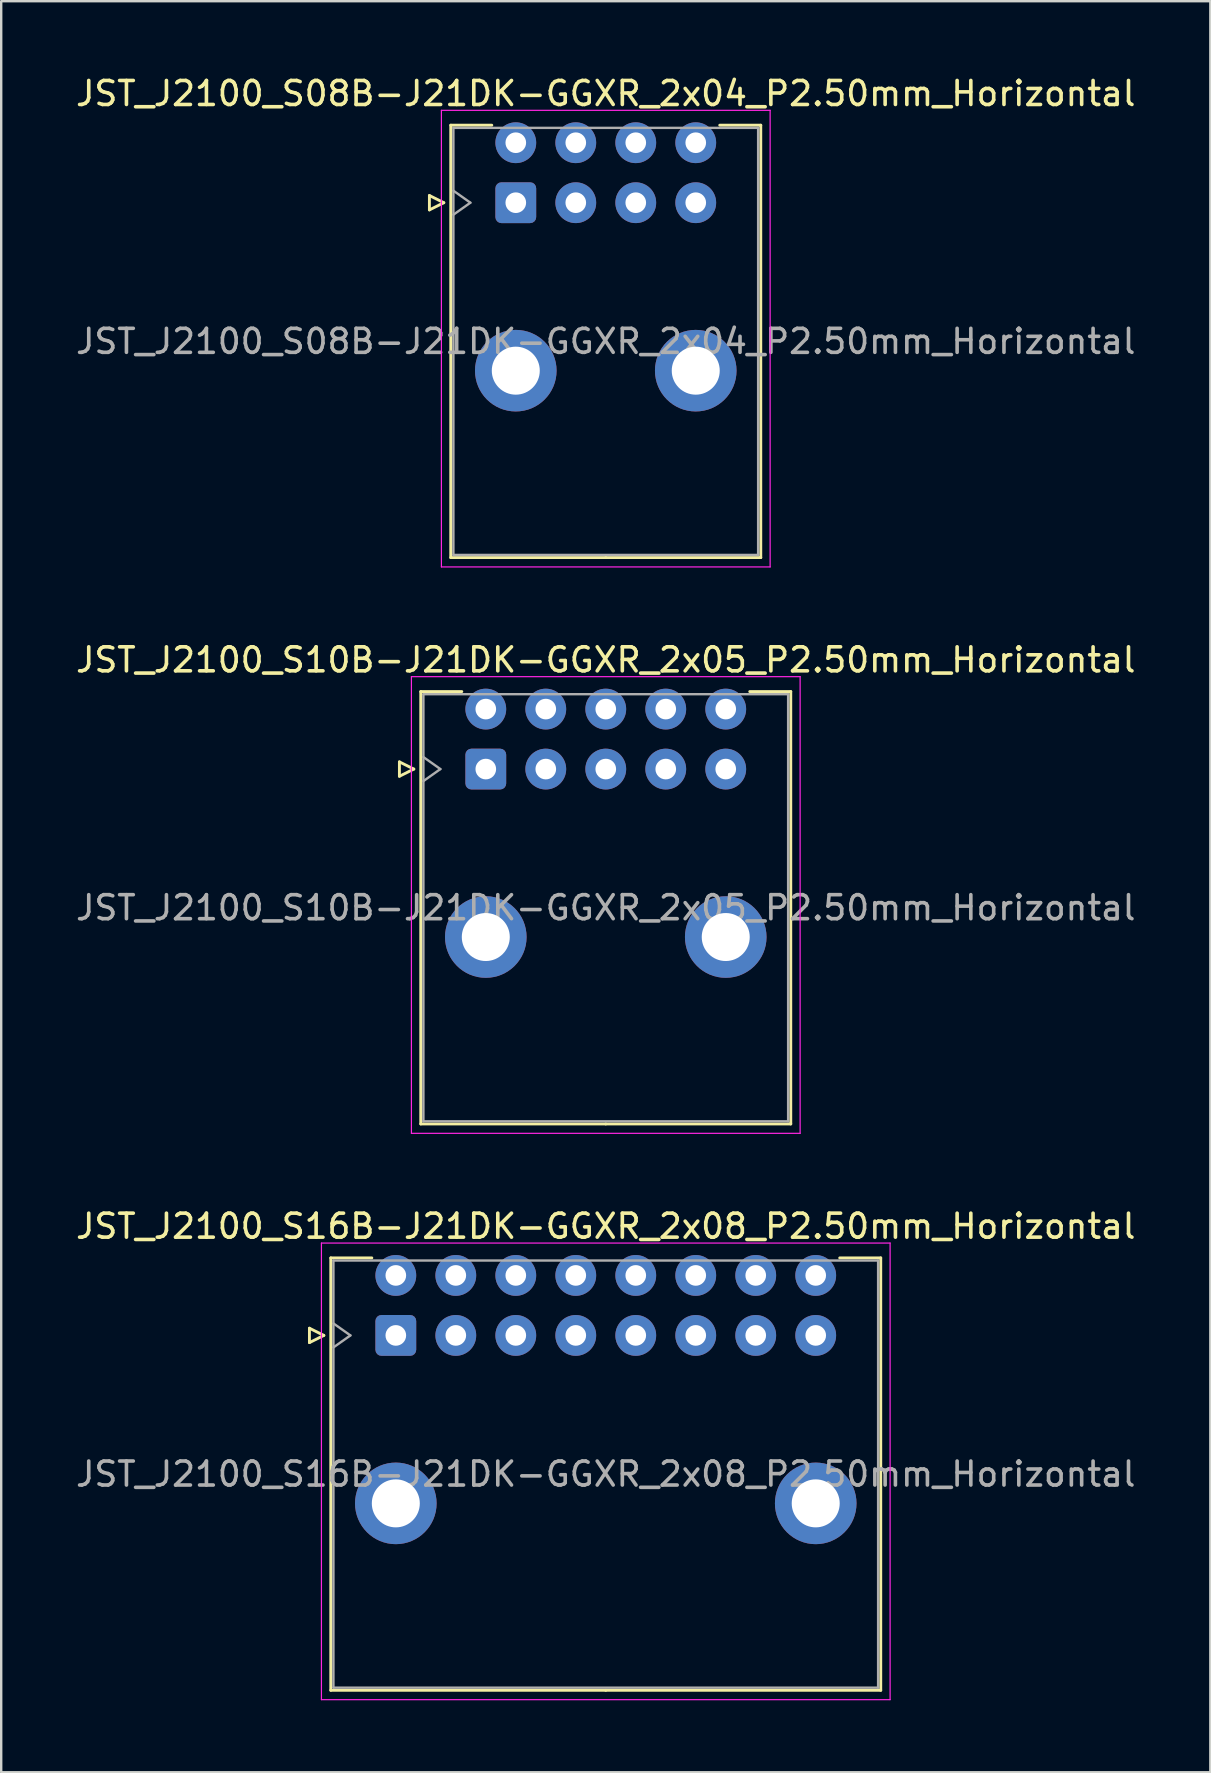
<source format=kicad_pcb>
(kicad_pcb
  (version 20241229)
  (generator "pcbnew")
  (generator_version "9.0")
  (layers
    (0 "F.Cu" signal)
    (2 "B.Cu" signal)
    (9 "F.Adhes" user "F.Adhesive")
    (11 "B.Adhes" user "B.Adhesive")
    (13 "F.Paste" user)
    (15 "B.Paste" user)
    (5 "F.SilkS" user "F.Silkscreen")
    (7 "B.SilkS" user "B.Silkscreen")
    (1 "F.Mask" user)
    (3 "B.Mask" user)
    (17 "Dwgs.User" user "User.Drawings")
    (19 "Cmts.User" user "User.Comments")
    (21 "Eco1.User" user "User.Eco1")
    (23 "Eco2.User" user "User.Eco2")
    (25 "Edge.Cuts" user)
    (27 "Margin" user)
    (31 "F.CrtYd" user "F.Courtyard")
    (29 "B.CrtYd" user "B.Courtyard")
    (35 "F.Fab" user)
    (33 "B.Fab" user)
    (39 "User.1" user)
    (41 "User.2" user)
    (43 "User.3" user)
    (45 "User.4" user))
  (footprint "JST_J2100_S10B-J21DK-GGXR_2x05_P2.50mm_Horizontal"
    (layer "F.Cu")
    (at 17.196 29.002)
    (property "Reference" "JST_J2100_S10B-J21DK-GGXR_2x05_P2.50mm_Horizontal" (at 5 -4.55 0) (layer "F.SilkS") (effects (font (size 1 1) (thickness 0.15))))
    (attr through_hole)
    (fp_line (start -3.6 -0.3) (end -3 0) (stroke (width 0.12) (type solid)) (layer "F.SilkS"))
    (fp_line (start -3.6 0.3) (end -3.6 -0.3) (stroke (width 0.12) (type solid)) (layer "F.SilkS"))
    (fp_line (start -3 0) (end -3.6 0.3) (stroke (width 0.12) (type solid)) (layer "F.SilkS"))
    (fp_line (start -2.71 -3.23) (end -2.71 14.79) (stroke (width 0.12) (type solid)) (layer "F.SilkS"))
    (fp_line (start -2.71 14.79) (end 5 14.79) (stroke (width 0.12) (type solid)) (layer "F.SilkS"))
    (fp_line (start -1 -3.23) (end -2.71 -3.23) (stroke (width 0.12) (type solid)) (layer "F.SilkS"))
    (fp_line (start 11 -3.23) (end 12.71 -3.23) (stroke (width 0.12) (type solid)) (layer "F.SilkS"))
    (fp_line (start 12.71 -3.23) (end 12.71 14.79) (stroke (width 0.12) (type solid)) (layer "F.SilkS"))
    (fp_line (start 12.71 14.79) (end 5 14.79) (stroke (width 0.12) (type solid)) (layer "F.SilkS"))
    (fp_line (start -3.1 -3.85) (end -3.1 15.18) (stroke (width 0.05) (type solid)) (layer "F.CrtYd"))
    (fp_line (start -3.1 15.18) (end 13.1 15.18) (stroke (width 0.05) (type solid)) (layer "F.CrtYd"))
    (fp_line (start 13.1 -3.85) (end -3.1 -3.85) (stroke (width 0.05) (type solid)) (layer "F.CrtYd"))
    (fp_line (start 13.1 15.18) (end 13.1 -3.85) (stroke (width 0.05) (type solid)) (layer "F.CrtYd"))
    (fp_line (start -2.6 -3.12) (end -2.6 14.68) (stroke (width 0.1) (type solid)) (layer "F.Fab"))
    (fp_line (start -2.6 0.5) (end -1.893 0) (stroke (width 0.1) (type solid)) (layer "F.Fab"))
    (fp_line (start -2.6 14.68) (end 12.6 14.68) (stroke (width 0.1) (type solid)) (layer "F.Fab"))
    (fp_line (start -1.893 0) (end -2.6 -0.5) (stroke (width 0.1) (type solid)) (layer "F.Fab"))
    (fp_line (start 12.6 -3.12) (end -2.6 -3.12) (stroke (width 0.1) (type solid)) (layer "F.Fab"))
    (fp_line (start 12.6 14.68) (end 12.6 -3.12) (stroke (width 0.1) (type solid)) (layer "F.Fab"))
    (fp_text user "${REFERENCE}" (at 5 5.78 0) (layer "F.Fab") (effects (font (size 1 1) (thickness 0.15))))
    (pad "" thru_hole circle (at 0 7) (size 3.4 3.4) (drill 2) (layers "*.Cu" "*.Mask"))
    (pad "" thru_hole circle (at 10 7) (size 3.4 3.4) (drill 2) (layers "*.Cu" "*.Mask"))
    (pad "1" thru_hole roundrect (at 0 0) (size 1.7 1.7) (drill 0.86) (layers "*.Cu" "*.Mask") (roundrect_rratio 0.147))
    (pad "2" thru_hole circle (at 2.5 0) (size 1.7 1.7) (drill 0.86) (layers "*.Cu" "*.Mask"))
    (pad "3" thru_hole circle (at 5 0) (size 1.7 1.7) (drill 0.86) (layers "*.Cu" "*.Mask"))
    (pad "4" thru_hole circle (at 7.5 0) (size 1.7 1.7) (drill 0.86) (layers "*.Cu" "*.Mask"))
    (pad "5" thru_hole circle (at 10 0) (size 1.7 1.7) (drill 0.86) (layers "*.Cu" "*.Mask"))
    (pad "6" thru_hole circle (at 0 -2.5) (size 1.7 1.7) (drill 0.86) (layers "*.Cu" "*.Mask"))
    (pad "7" thru_hole circle (at 2.5 -2.5) (size 1.7 1.7) (drill 0.86) (layers "*.Cu" "*.Mask"))
    (pad "8" thru_hole circle (at 5 -2.5) (size 1.7 1.7) (drill 0.86) (layers "*.Cu" "*.Mask"))
    (pad "9" thru_hole circle (at 7.5 -2.5) (size 1.7 1.7) (drill 0.86) (layers "*.Cu" "*.Mask"))
    (pad "10" thru_hole circle (at 10 -2.5) (size 1.7 1.7) (drill 0.86) (layers "*.Cu" "*.Mask")))
  (footprint "JST_J2100_S08B-J21DK-GGXR_2x04_P2.50mm_Horizontal"
    (layer "F.Cu")
    (at 18.446 5.398)
    (property "Reference" "JST_J2100_S08B-J21DK-GGXR_2x04_P2.50mm_Horizontal" (at 3.75 -4.55 0) (layer "F.SilkS") (effects (font (size 1 1) (thickness 0.15))))
    (attr through_hole)
    (fp_line (start -3.6 -0.3) (end -3 0) (stroke (width 0.12) (type solid)) (layer "F.SilkS"))
    (fp_line (start -3.6 0.3) (end -3.6 -0.3) (stroke (width 0.12) (type solid)) (layer "F.SilkS"))
    (fp_line (start -3 0) (end -3.6 0.3) (stroke (width 0.12) (type solid)) (layer "F.SilkS"))
    (fp_line (start -2.71 -3.23) (end -2.71 14.79) (stroke (width 0.12) (type solid)) (layer "F.SilkS"))
    (fp_line (start -2.71 14.79) (end 3.75 14.79) (stroke (width 0.12) (type solid)) (layer "F.SilkS"))
    (fp_line (start -1 -3.23) (end -2.71 -3.23) (stroke (width 0.12) (type solid)) (layer "F.SilkS"))
    (fp_line (start 8.5 -3.23) (end 10.21 -3.23) (stroke (width 0.12) (type solid)) (layer "F.SilkS"))
    (fp_line (start 10.21 -3.23) (end 10.21 14.79) (stroke (width 0.12) (type solid)) (layer "F.SilkS"))
    (fp_line (start 10.21 14.79) (end 3.75 14.79) (stroke (width 0.12) (type solid)) (layer "F.SilkS"))
    (fp_line (start -3.1 -3.85) (end -3.1 15.18) (stroke (width 0.05) (type solid)) (layer "F.CrtYd"))
    (fp_line (start -3.1 15.18) (end 10.6 15.18) (stroke (width 0.05) (type solid)) (layer "F.CrtYd"))
    (fp_line (start 10.6 -3.85) (end -3.1 -3.85) (stroke (width 0.05) (type solid)) (layer "F.CrtYd"))
    (fp_line (start 10.6 15.18) (end 10.6 -3.85) (stroke (width 0.05) (type solid)) (layer "F.CrtYd"))
    (fp_line (start -2.6 -3.12) (end -2.6 14.68) (stroke (width 0.1) (type solid)) (layer "F.Fab"))
    (fp_line (start -2.6 0.5) (end -1.893 0) (stroke (width 0.1) (type solid)) (layer "F.Fab"))
    (fp_line (start -2.6 14.68) (end 10.1 14.68) (stroke (width 0.1) (type solid)) (layer "F.Fab"))
    (fp_line (start -1.893 0) (end -2.6 -0.5) (stroke (width 0.1) (type solid)) (layer "F.Fab"))
    (fp_line (start 10.1 -3.12) (end -2.6 -3.12) (stroke (width 0.1) (type solid)) (layer "F.Fab"))
    (fp_line (start 10.1 14.68) (end 10.1 -3.12) (stroke (width 0.1) (type solid)) (layer "F.Fab"))
    (fp_text user "${REFERENCE}" (at 3.75 5.78 0) (layer "F.Fab") (effects (font (size 1 1) (thickness 0.15))))
    (pad "" thru_hole circle (at 0 7) (size 3.4 3.4) (drill 2) (layers "*.Cu" "*.Mask"))
    (pad "" thru_hole circle (at 7.5 7) (size 3.4 3.4) (drill 2) (layers "*.Cu" "*.Mask"))
    (pad "1" thru_hole roundrect (at 0 0) (size 1.7 1.7) (drill 0.86) (layers "*.Cu" "*.Mask") (roundrect_rratio 0.147))
    (pad "2" thru_hole circle (at 2.5 0) (size 1.7 1.7) (drill 0.86) (layers "*.Cu" "*.Mask"))
    (pad "3" thru_hole circle (at 5 0) (size 1.7 1.7) (drill 0.86) (layers "*.Cu" "*.Mask"))
    (pad "4" thru_hole circle (at 7.5 0) (size 1.7 1.7) (drill 0.86) (layers "*.Cu" "*.Mask"))
    (pad "5" thru_hole circle (at 0 -2.5) (size 1.7 1.7) (drill 0.86) (layers "*.Cu" "*.Mask"))
    (pad "6" thru_hole circle (at 2.5 -2.5) (size 1.7 1.7) (drill 0.86) (layers "*.Cu" "*.Mask"))
    (pad "7" thru_hole circle (at 5 -2.5) (size 1.7 1.7) (drill 0.86) (layers "*.Cu" "*.Mask"))
    (pad "8" thru_hole circle (at 7.5 -2.5) (size 1.7 1.7) (drill 0.86) (layers "*.Cu" "*.Mask")))
  (footprint "JST_J2100_S16B-J21DK-GGXR_2x08_P2.50mm_Horizontal"
    (layer "F.Cu")
    (at 13.446 52.605)
    (property "Reference" "JST_J2100_S16B-J21DK-GGXR_2x08_P2.50mm_Horizontal" (at 8.75 -4.55 0) (layer "F.SilkS") (effects (font (size 1 1) (thickness 0.15))))
    (attr through_hole)
    (fp_line (start -3.6 -0.3) (end -3 0) (stroke (width 0.12) (type solid)) (layer "F.SilkS"))
    (fp_line (start -3.6 0.3) (end -3.6 -0.3) (stroke (width 0.12) (type solid)) (layer "F.SilkS"))
    (fp_line (start -3 0) (end -3.6 0.3) (stroke (width 0.12) (type solid)) (layer "F.SilkS"))
    (fp_line (start -2.71 -3.23) (end -2.71 14.79) (stroke (width 0.12) (type solid)) (layer "F.SilkS"))
    (fp_line (start -2.71 14.79) (end 8.75 14.79) (stroke (width 0.12) (type solid)) (layer "F.SilkS"))
    (fp_line (start -1 -3.23) (end -2.71 -3.23) (stroke (width 0.12) (type solid)) (layer "F.SilkS"))
    (fp_line (start 18.5 -3.23) (end 20.21 -3.23) (stroke (width 0.12) (type solid)) (layer "F.SilkS"))
    (fp_line (start 20.21 -3.23) (end 20.21 14.79) (stroke (width 0.12) (type solid)) (layer "F.SilkS"))
    (fp_line (start 20.21 14.79) (end 8.75 14.79) (stroke (width 0.12) (type solid)) (layer "F.SilkS"))
    (fp_line (start -3.1 -3.85) (end -3.1 15.18) (stroke (width 0.05) (type solid)) (layer "F.CrtYd"))
    (fp_line (start -3.1 15.18) (end 20.6 15.18) (stroke (width 0.05) (type solid)) (layer "F.CrtYd"))
    (fp_line (start 20.6 -3.85) (end -3.1 -3.85) (stroke (width 0.05) (type solid)) (layer "F.CrtYd"))
    (fp_line (start 20.6 15.18) (end 20.6 -3.85) (stroke (width 0.05) (type solid)) (layer "F.CrtYd"))
    (fp_line (start -2.6 -3.12) (end -2.6 14.68) (stroke (width 0.1) (type solid)) (layer "F.Fab"))
    (fp_line (start -2.6 0.5) (end -1.893 0) (stroke (width 0.1) (type solid)) (layer "F.Fab"))
    (fp_line (start -2.6 14.68) (end 20.1 14.68) (stroke (width 0.1) (type solid)) (layer "F.Fab"))
    (fp_line (start -1.893 0) (end -2.6 -0.5) (stroke (width 0.1) (type solid)) (layer "F.Fab"))
    (fp_line (start 20.1 -3.12) (end -2.6 -3.12) (stroke (width 0.1) (type solid)) (layer "F.Fab"))
    (fp_line (start 20.1 14.68) (end 20.1 -3.12) (stroke (width 0.1) (type solid)) (layer "F.Fab"))
    (fp_text user "${REFERENCE}" (at 8.75 5.78 0) (layer "F.Fab") (effects (font (size 1 1) (thickness 0.15))))
    (pad "" thru_hole circle (at 0 7) (size 3.4 3.4) (drill 2) (layers "*.Cu" "*.Mask"))
    (pad "" thru_hole circle (at 17.5 7) (size 3.4 3.4) (drill 2) (layers "*.Cu" "*.Mask"))
    (pad "1" thru_hole roundrect (at 0 0) (size 1.7 1.7) (drill 0.86) (layers "*.Cu" "*.Mask") (roundrect_rratio 0.147))
    (pad "2" thru_hole circle (at 2.5 0) (size 1.7 1.7) (drill 0.86) (layers "*.Cu" "*.Mask"))
    (pad "3" thru_hole circle (at 5 0) (size 1.7 1.7) (drill 0.86) (layers "*.Cu" "*.Mask"))
    (pad "4" thru_hole circle (at 7.5 0) (size 1.7 1.7) (drill 0.86) (layers "*.Cu" "*.Mask"))
    (pad "5" thru_hole circle (at 10 0) (size 1.7 1.7) (drill 0.86) (layers "*.Cu" "*.Mask"))
    (pad "6" thru_hole circle (at 12.5 0) (size 1.7 1.7) (drill 0.86) (layers "*.Cu" "*.Mask"))
    (pad "7" thru_hole circle (at 15 0) (size 1.7 1.7) (drill 0.86) (layers "*.Cu" "*.Mask"))
    (pad "8" thru_hole circle (at 17.5 0) (size 1.7 1.7) (drill 0.86) (layers "*.Cu" "*.Mask"))
    (pad "9" thru_hole circle (at 0 -2.5) (size 1.7 1.7) (drill 0.86) (layers "*.Cu" "*.Mask"))
    (pad "10" thru_hole circle (at 2.5 -2.5) (size 1.7 1.7) (drill 0.86) (layers "*.Cu" "*.Mask"))
    (pad "11" thru_hole circle (at 5 -2.5) (size 1.7 1.7) (drill 0.86) (layers "*.Cu" "*.Mask"))
    (pad "12" thru_hole circle (at 7.5 -2.5) (size 1.7 1.7) (drill 0.86) (layers "*.Cu" "*.Mask"))
    (pad "13" thru_hole circle (at 10 -2.5) (size 1.7 1.7) (drill 0.86) (layers "*.Cu" "*.Mask"))
    (pad "14" thru_hole circle (at 12.5 -2.5) (size 1.7 1.7) (drill 0.86) (layers "*.Cu" "*.Mask"))
    (pad "15" thru_hole circle (at 15 -2.5) (size 1.7 1.7) (drill 0.86) (layers "*.Cu" "*.Mask"))
    (pad "16" thru_hole circle (at 17.5 -2.5) (size 1.7 1.7) (drill 0.86) (layers "*.Cu" "*.Mask")))
  (gr_rect
    (start -3 -3)
    (end 47.393 70.81)
    (stroke (width 0.1) (type default))
    (fill no)
    (layer "Edge.Cuts")))
</source>
